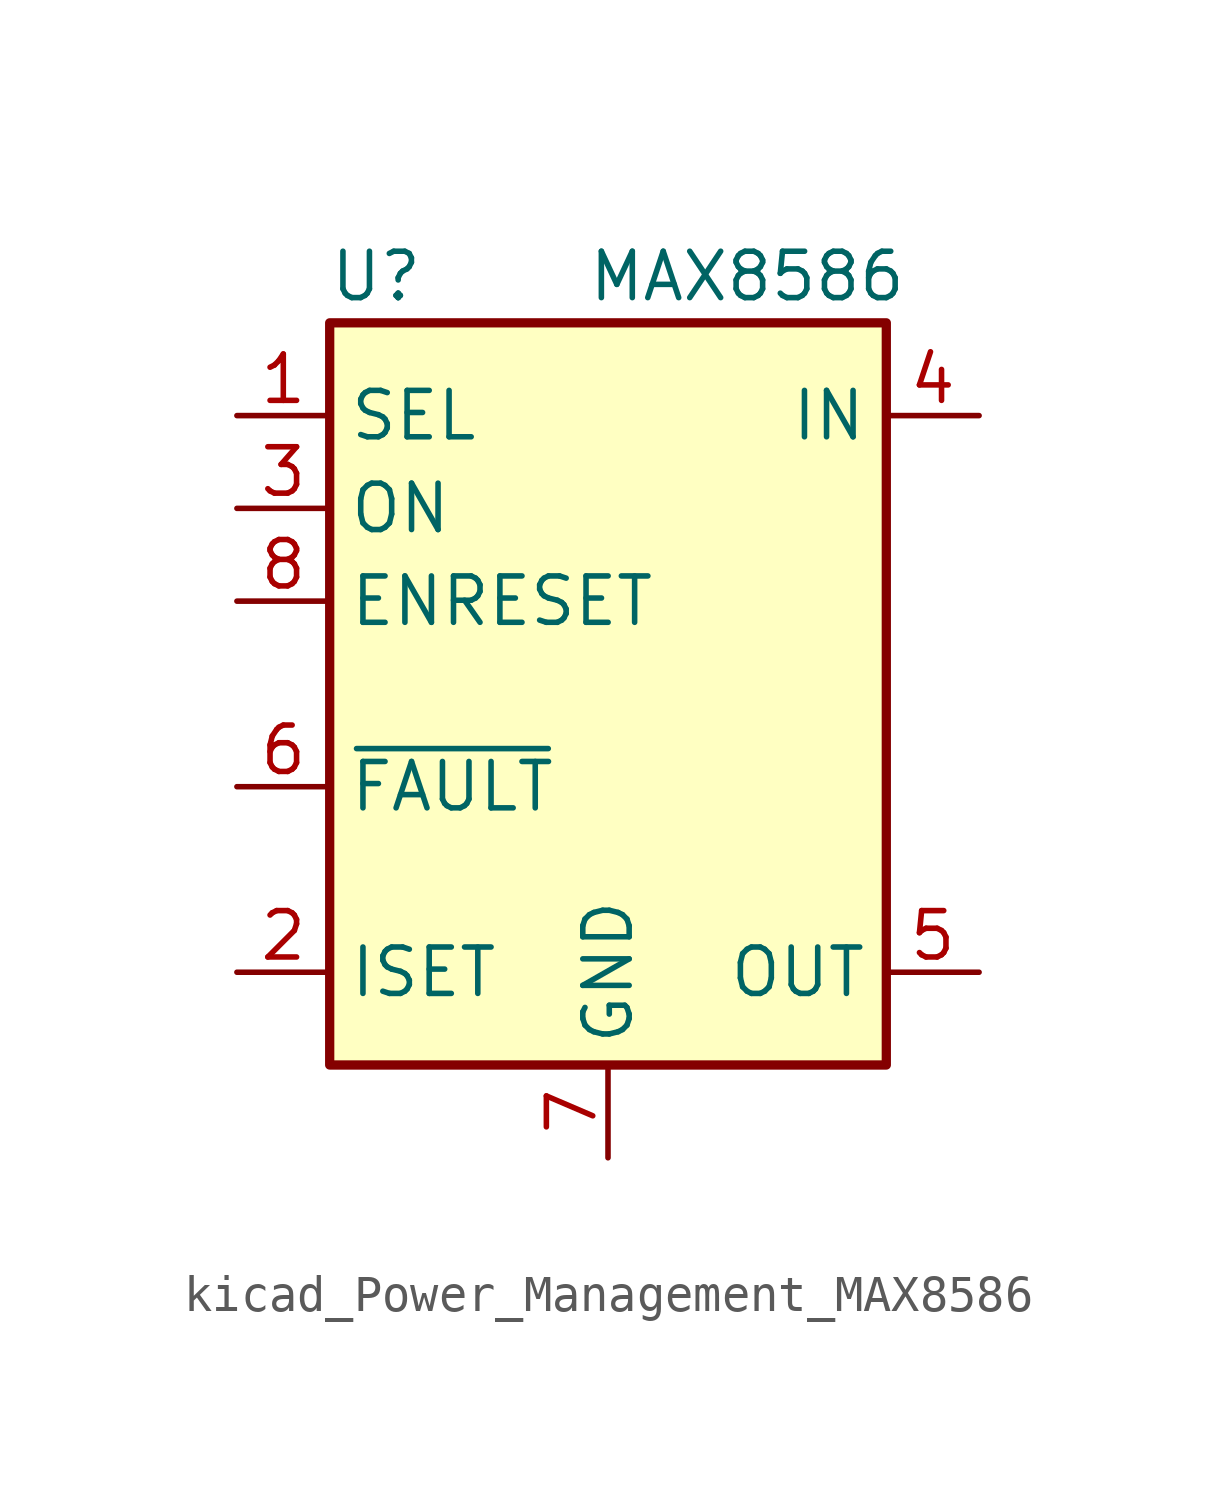
<source format=kicad_sym>
(kicad_symbol_lib
  (version 20220914)
  (generator kicad_symbol_editor)
  (symbol "kicad_Power_Management_MAX8586"
    (property "Reference" "U"
      (at -6.35 11.43 0)
      (effects (font (size 1.27 1.27))))
    (property "Value" "MAX8586"
      (at 3.81 11.43 0)
      (effects (font (size 1.27 1.27))))
    (symbol "kicad_Power_Management_MAX8586_0_1"
      (rectangle (start -7.62 10.16) (end 7.62 -10.16) (stroke (width 0.254) (type default)) (fill (type background))))
    (symbol "kicad_Power_Management_MAX8586_1_1"
      (pin input line (at -10.16 7.62 0) (length 2.54) (name "SEL" (effects (font (size 1.27 1.27)))) (number "1" (effects (font (size 1.27 1.27)))))
      (pin input line (at -10.16 -7.62 0) (length 2.54) (name "ISET" (effects (font (size 1.27 1.27)))) (number "2" (effects (font (size 1.27 1.27)))))
      (pin input line (at -10.16 5.08 0) (length 2.54) (name "ON" (effects (font (size 1.27 1.27)))) (number "3" (effects (font (size 1.27 1.27)))))
      (pin power_in line (at 10.16 7.62 180) (length 2.54) (name "IN" (effects (font (size 1.27 1.27)))) (number "4" (effects (font (size 1.27 1.27)))))
      (pin power_out line (at 10.16 -7.62 180) (length 2.54) (name "OUT" (effects (font (size 1.27 1.27)))) (number "5" (effects (font (size 1.27 1.27)))))
      (pin open_collector line (at -10.16 -2.54 0) (length 2.54) (name "~{FAULT}" (effects (font (size 1.27 1.27)))) (number "6" (effects (font (size 1.27 1.27)))))
      (pin power_in line (at 0 -12.7 90) (length 2.54) (name "GND" (effects (font (size 1.27 1.27)))) (number "7" (effects (font (size 1.27 1.27)))))
      (pin input line (at -10.16 2.54 0) (length 2.54) (name "ENRESET" (effects (font (size 1.27 1.27)))) (number "8" (effects (font (size 1.27 1.27)))))
      (pin passive line (at 0 -12.7 90) (length 2.54) hide (name "GND" (effects (font (size 1.27 1.27)))) (number "9" (effects (font (size 1.27 1.27))))))))
</source>
